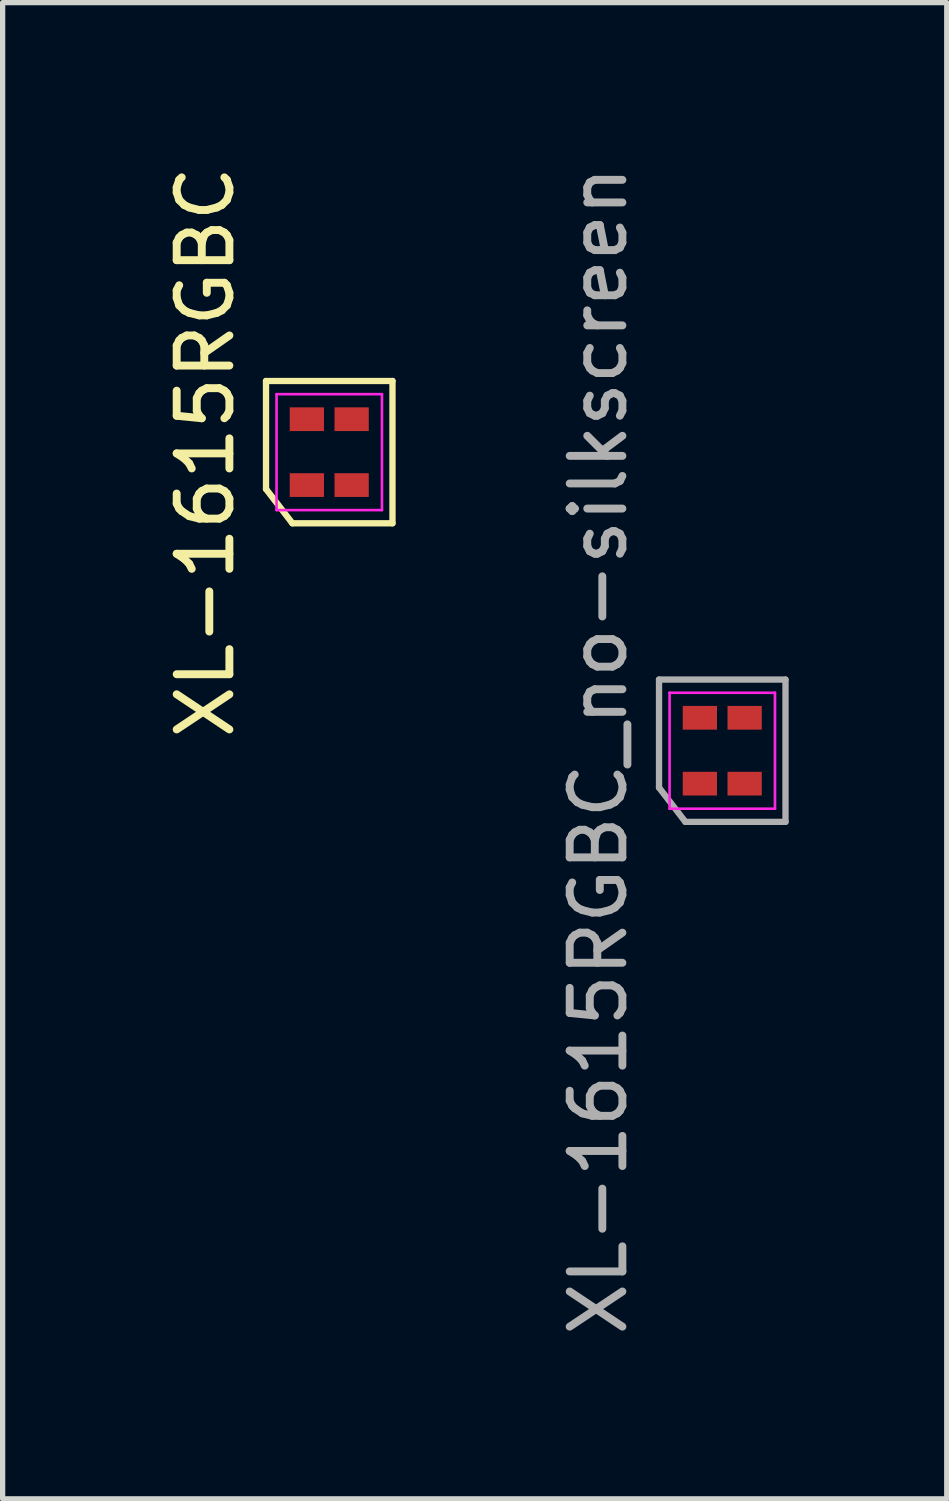
<source format=kicad_pcb>
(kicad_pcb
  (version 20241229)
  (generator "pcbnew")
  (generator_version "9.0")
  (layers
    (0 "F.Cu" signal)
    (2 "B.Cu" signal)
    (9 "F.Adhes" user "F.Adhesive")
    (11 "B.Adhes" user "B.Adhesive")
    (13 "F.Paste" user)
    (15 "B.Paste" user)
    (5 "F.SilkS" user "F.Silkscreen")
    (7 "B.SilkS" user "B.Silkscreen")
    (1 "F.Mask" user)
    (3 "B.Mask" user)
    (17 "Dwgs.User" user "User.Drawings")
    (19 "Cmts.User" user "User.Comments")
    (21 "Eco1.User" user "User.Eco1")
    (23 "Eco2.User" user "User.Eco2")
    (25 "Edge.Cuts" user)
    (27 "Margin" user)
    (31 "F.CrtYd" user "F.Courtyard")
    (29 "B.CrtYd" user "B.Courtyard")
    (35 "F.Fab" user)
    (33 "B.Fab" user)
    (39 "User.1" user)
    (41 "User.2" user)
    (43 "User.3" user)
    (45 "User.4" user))
  (footprint "XL-1615RGBC"
    (layer "F.Cu")
    (at 3.198 5.53)
    (property "Reference" "XL-1615RGBC" (at -2.35 0 90) (layer "F.SilkS") (effects (font (size 1 1) (thickness 0.15))))
    (attr smd)
    (fp_line (start -1.2 -1.35) (end 1.2 -1.35) (stroke (width 0.12) (type default)) (layer "F.SilkS"))
    (fp_line (start -1.2 0.7) (end -1.2 -1.35) (stroke (width 0.12) (type default)) (layer "F.SilkS"))
    (fp_line (start -1.2 0.7) (end -0.7 1.35) (stroke (width 0.12) (type default)) (layer "F.SilkS"))
    (fp_line (start 1.2 -1.35) (end 1.2 1.35) (stroke (width 0.12) (type default)) (layer "F.SilkS"))
    (fp_line (start 1.2 1.35) (end -0.7 1.35) (stroke (width 0.12) (type default)) (layer "F.SilkS"))
    (fp_line (start -1 -1.1) (end 1 -1.1) (stroke (width 0.05) (type default)) (layer "F.CrtYd"))
    (fp_line (start -1 1.1) (end -1 -1.1) (stroke (width 0.05) (type default)) (layer "F.CrtYd"))
    (fp_line (start 1 -1.1) (end 1 1.1) (stroke (width 0.05) (type default)) (layer "F.CrtYd"))
    (fp_line (start 1 1.1) (end -1 1.1) (stroke (width 0.05) (type default)) (layer "F.CrtYd"))
    (pad "1" smd rect (at -0.425 0.625 90) (size 0.45 0.65) (layers "F.Cu" "F.Mask" "F.Paste"))
    (pad "2" smd rect (at -0.425 -0.625 90) (size 0.45 0.65) (layers "F.Cu" "F.Mask" "F.Paste"))
    (pad "3" smd rect (at 0.425 0.625 90) (size 0.45 0.65) (layers "F.Cu" "F.Mask" "F.Paste"))
    (pad "4" smd rect (at 0.425 -0.625 90) (size 0.45 0.65) (layers "F.Cu" "F.Mask" "F.Paste")))
  (footprint "XL-1615RGBC_no-silkscreen"
    (layer "F.Cu")
    (at 10.656 11.196)
    (property "Reference" "XL-1615RGBC_no-silkscreen" (at -2.35 0 90) (layer "F.Fab") (effects (font (size 1 1) (thickness 0.15))))
    (attr smd)
    (fp_line (start -1 -1.1) (end 1 -1.1) (stroke (width 0.05) (type default)) (layer "F.CrtYd"))
    (fp_line (start -1 1.1) (end -1 -1.1) (stroke (width 0.05) (type default)) (layer "F.CrtYd"))
    (fp_line (start 1 -1.1) (end 1 1.1) (stroke (width 0.05) (type default)) (layer "F.CrtYd"))
    (fp_line (start 1 1.1) (end -1 1.1) (stroke (width 0.05) (type default)) (layer "F.CrtYd"))
    (fp_line (start -1.2 -1.35) (end 1.2 -1.35) (stroke (width 0.12) (type default)) (layer "F.Fab"))
    (fp_line (start -1.2 0.7) (end -1.2 -1.35) (stroke (width 0.12) (type default)) (layer "F.Fab"))
    (fp_line (start -1.2 0.7) (end -0.7 1.35) (stroke (width 0.12) (type default)) (layer "F.Fab"))
    (fp_line (start 1.2 -1.35) (end 1.2 1.35) (stroke (width 0.12) (type default)) (layer "F.Fab"))
    (fp_line (start 1.2 1.35) (end -0.7 1.35) (stroke (width 0.12) (type default)) (layer "F.Fab"))
    (pad "1" smd rect (at -0.425 0.625 90) (size 0.45 0.65) (layers "F.Cu" "F.Mask" "F.Paste"))
    (pad "2" smd rect (at -0.425 -0.625 90) (size 0.45 0.65) (layers "F.Cu" "F.Mask" "F.Paste"))
    (pad "3" smd rect (at 0.425 0.625 90) (size 0.45 0.65) (layers "F.Cu" "F.Mask" "F.Paste"))
    (pad "4" smd rect (at 0.425 -0.625 90) (size 0.45 0.65) (layers "F.Cu" "F.Mask" "F.Paste")))
  (gr_rect
    (start -3 -3)
    (end 14.916 25.393)
    (stroke (width 0.1) (type default))
    (fill no)
    (layer "Edge.Cuts")))
</source>
